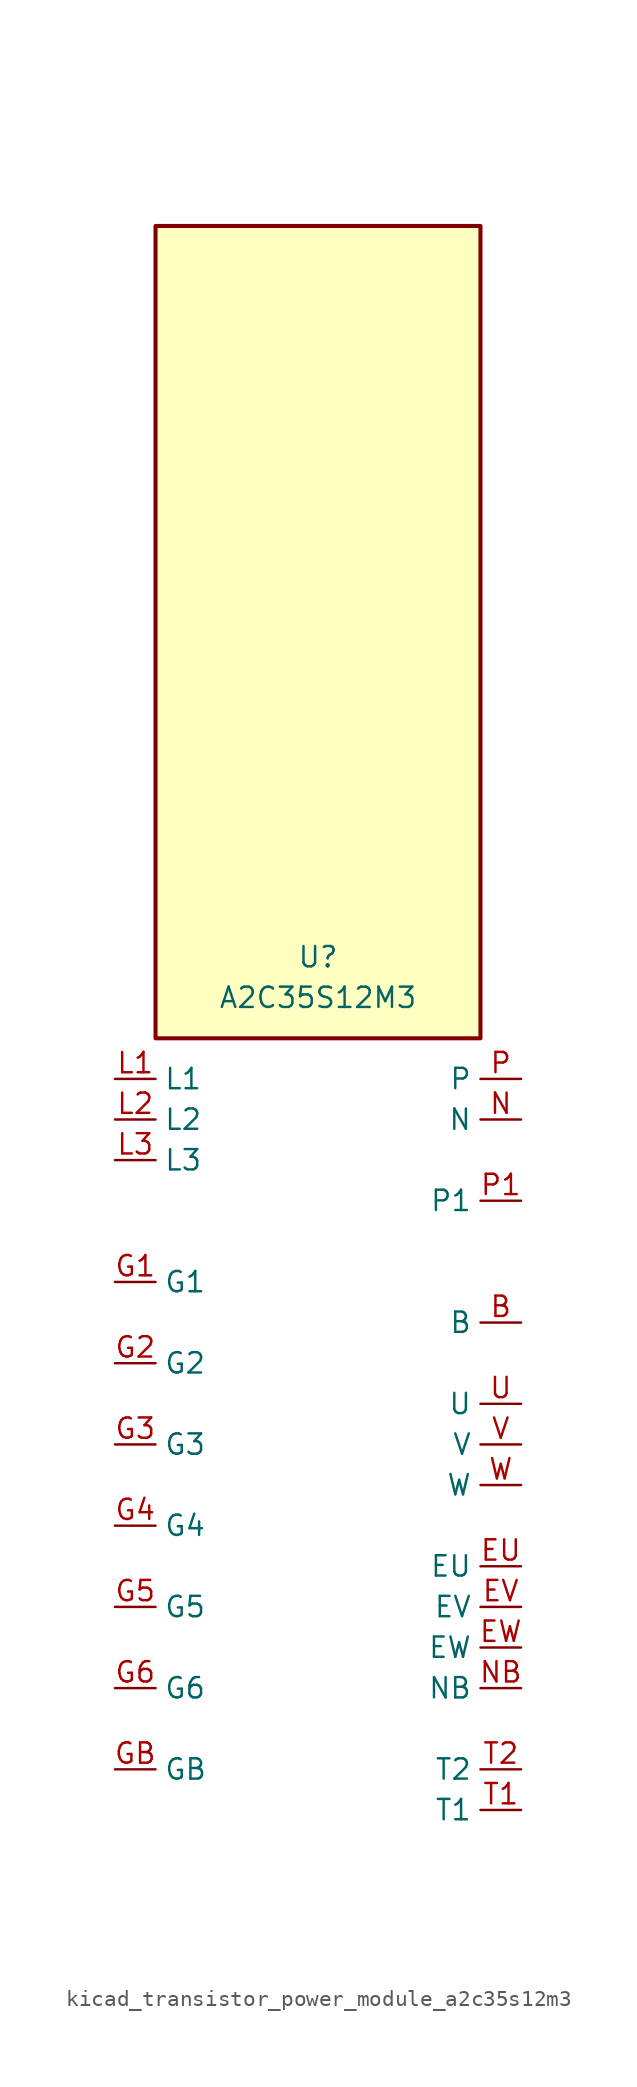
<source format=kicad_sym>
(kicad_symbol_lib
  (version 20220914)
  (generator kicad_symbol_editor)
  (symbol "kicad_transistor_power_module_a2c35s12m3"
    (property "Reference" "U"
      (at 0 30.48 0)
      (effects (font (size 1.27 1.27))))
    (property "Value" "A2C35S12M3"
      (at 0 27.94 0)
      (effects (font (size 1.27 1.27))))
    (symbol "kicad_transistor_power_module_a2c35s12m3_1_1"
      (rectangle (start 10.16 76.2) (end -10.16 25.4) (stroke (width 0.254) (type default)) (fill (type background)))
      (pin passive line (at 12.7 7.62 180) (length 2.54) (name "B" (effects (font (size 1.27 1.27)))) (number "B" (effects (font (size 1.27 1.27)))))
      (pin passive line (at 12.7 -7.62 180) (length 2.54) (name "EU" (effects (font (size 1.27 1.27)))) (number "EU" (effects (font (size 1.27 1.27)))))
      (pin passive line (at 12.7 -10.16 180) (length 2.54) (name "EV" (effects (font (size 1.27 1.27)))) (number "EV" (effects (font (size 1.27 1.27)))))
      (pin passive line (at 12.7 -12.7 180) (length 2.54) (name "EW" (effects (font (size 1.27 1.27)))) (number "EW" (effects (font (size 1.27 1.27)))))
      (pin passive line (at -12.7 10.16 0) (length 2.54) (name "G1" (effects (font (size 1.27 1.27)))) (number "G1" (effects (font (size 1.27 1.27)))))
      (pin passive line (at -12.7 5.08 0) (length 2.54) (name "G2" (effects (font (size 1.27 1.27)))) (number "G2" (effects (font (size 1.27 1.27)))))
      (pin passive line (at -12.7 0 0) (length 2.54) (name "G3" (effects (font (size 1.27 1.27)))) (number "G3" (effects (font (size 1.27 1.27)))))
      (pin passive line (at -12.7 -5.08 0) (length 2.54) (name "G4" (effects (font (size 1.27 1.27)))) (number "G4" (effects (font (size 1.27 1.27)))))
      (pin passive line (at -12.7 -10.16 0) (length 2.54) (name "G5" (effects (font (size 1.27 1.27)))) (number "G5" (effects (font (size 1.27 1.27)))))
      (pin passive line (at -12.7 -15.24 0) (length 2.54) (name "G6" (effects (font (size 1.27 1.27)))) (number "G6" (effects (font (size 1.27 1.27)))))
      (pin passive line (at -12.7 -20.32 0) (length 2.54) (name "GB" (effects (font (size 1.27 1.27)))) (number "GB" (effects (font (size 1.27 1.27)))))
      (pin passive line (at -12.7 22.86 0) (length 2.54) (name "L1" (effects (font (size 1.27 1.27)))) (number "L1" (effects (font (size 1.27 1.27)))))
      (pin passive line (at -12.7 20.32 0) (length 2.54) (name "L2" (effects (font (size 1.27 1.27)))) (number "L2" (effects (font (size 1.27 1.27)))))
      (pin passive line (at -12.7 17.78 0) (length 2.54) (name "L3" (effects (font (size 1.27 1.27)))) (number "L3" (effects (font (size 1.27 1.27)))))
      (pin passive line (at 12.7 20.32 180) (length 2.54) (name "N" (effects (font (size 1.27 1.27)))) (number "N" (effects (font (size 1.27 1.27)))))
      (pin passive line (at 12.7 -15.24 180) (length 2.54) (name "NB" (effects (font (size 1.27 1.27)))) (number "NB" (effects (font (size 1.27 1.27)))))
      (pin passive line (at 12.7 22.86 180) (length 2.54) (name "P" (effects (font (size 1.27 1.27)))) (number "P" (effects (font (size 1.27 1.27)))))
      (pin passive line (at 12.7 15.24 180) (length 2.54) (name "P1" (effects (font (size 1.27 1.27)))) (number "P1" (effects (font (size 1.27 1.27)))))
      (pin passive line (at 12.7 -22.86 180) (length 2.54) (name "T1" (effects (font (size 1.27 1.27)))) (number "T1" (effects (font (size 1.27 1.27)))))
      (pin passive line (at 12.7 -20.32 180) (length 2.54) (name "T2" (effects (font (size 1.27 1.27)))) (number "T2" (effects (font (size 1.27 1.27)))))
      (pin passive line (at 12.7 2.54 180) (length 2.54) (name "U" (effects (font (size 1.27 1.27)))) (number "U" (effects (font (size 1.27 1.27)))))
      (pin passive line (at 12.7 0 180) (length 2.54) (name "V" (effects (font (size 1.27 1.27)))) (number "V" (effects (font (size 1.27 1.27)))))
      (pin passive line (at 12.7 -2.54 180) (length 2.54) (name "W" (effects (font (size 1.27 1.27)))) (number "W" (effects (font (size 1.27 1.27))))))))
</source>
